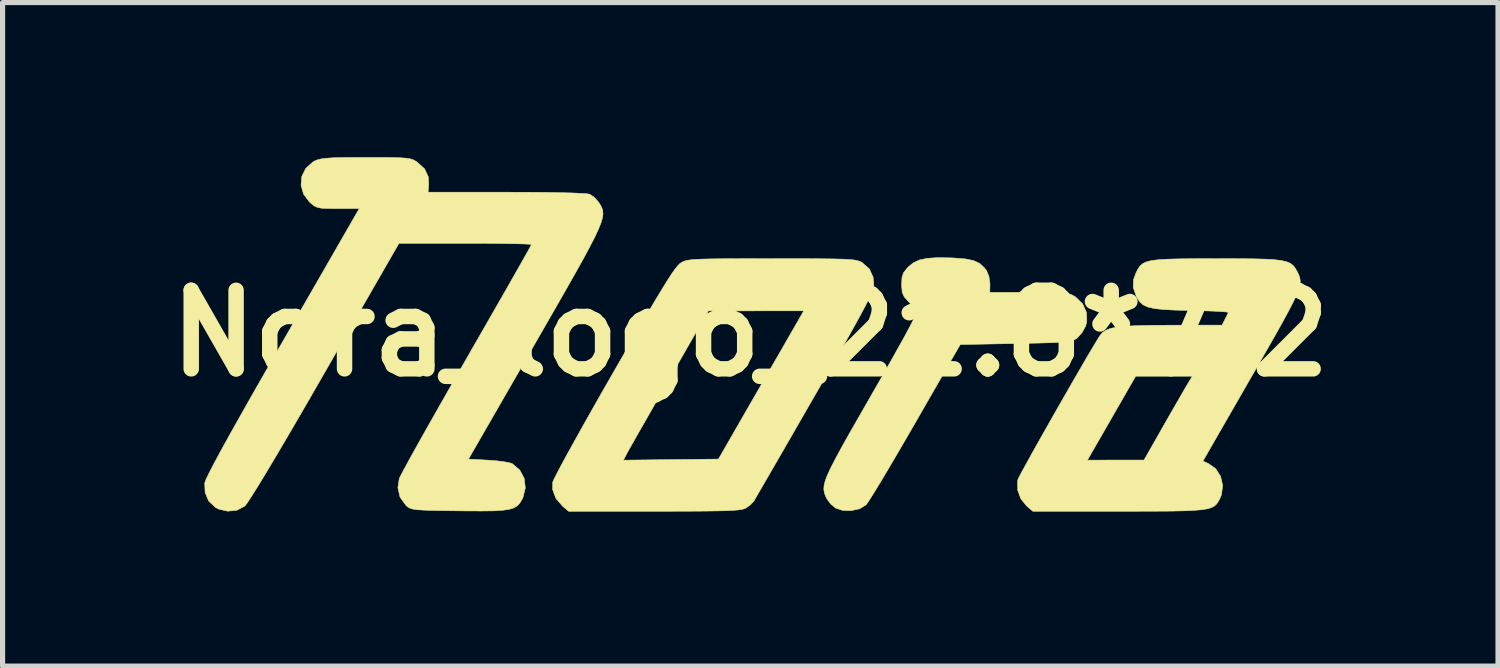
<source format=kicad_pcb>
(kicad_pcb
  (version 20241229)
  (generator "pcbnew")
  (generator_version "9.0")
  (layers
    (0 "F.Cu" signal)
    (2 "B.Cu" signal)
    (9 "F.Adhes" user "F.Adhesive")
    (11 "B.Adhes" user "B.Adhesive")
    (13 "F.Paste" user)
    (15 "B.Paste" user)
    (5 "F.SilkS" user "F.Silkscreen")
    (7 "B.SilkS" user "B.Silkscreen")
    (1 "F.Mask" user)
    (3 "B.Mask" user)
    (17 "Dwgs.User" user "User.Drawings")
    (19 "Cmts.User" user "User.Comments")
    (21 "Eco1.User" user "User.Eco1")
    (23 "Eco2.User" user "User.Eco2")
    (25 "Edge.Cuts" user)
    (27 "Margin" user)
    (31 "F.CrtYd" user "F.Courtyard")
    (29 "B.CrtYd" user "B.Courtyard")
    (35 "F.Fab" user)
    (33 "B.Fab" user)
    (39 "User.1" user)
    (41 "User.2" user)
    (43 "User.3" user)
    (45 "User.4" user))
  (footprint "Nora_logo_21.8*7.2"
    (layer "F.Cu")
    (at 11.51 3.418)
    (property "Reference" "Nora_logo_21.8*7.2" (at 0 0 0) (layer "F.SilkS") (effects (font (size 1.524 1.524) (thickness 0.3))))
    (attr through_hole)
    (fp_poly (pts (xy 3.892 -1.464) (xy 3.944 -1.462) (xy 4.17 -1.444) (xy 4.334 -1.411) (xy 4.453 -1.355) (xy 4.545 -1.269) (xy 4.588 -1.21) (xy 4.63 -1.104) (xy 4.65 -0.973) (xy 4.651 -0.952) (xy 4.648 -0.794) (xy 5.414 -0.794) (xy 5.68 -0.793) (xy 5.879 -0.791) (xy 6.023 -0.786) (xy 6.125 -0.777) (xy 6.198 -0.762) (xy 6.253 -0.74) (xy 6.302 -0.711) (xy 6.314 -0.703) (xy 6.45 -0.57) (xy 6.524 -0.403) (xy 6.529 -0.223) (xy 6.506 -0.138) (xy 6.439 -0.016) (xy 6.349 0.085) (xy 6.337 0.095) (xy 6.3 0.12) (xy 6.256 0.14) (xy 6.196 0.155) (xy 6.11 0.167) (xy 5.988 0.176) (xy 5.82 0.183) (xy 5.598 0.189) (xy 5.31 0.195) (xy 5.15 0.198) (xy 4.074 0.218) (xy 3.207 1.726) (xy 3.022 2.046) (xy 2.847 2.346) (xy 2.685 2.621) (xy 2.542 2.861) (xy 2.421 3.06) (xy 2.327 3.21) (xy 2.265 3.303) (xy 2.245 3.329) (xy 2.123 3.404) (xy 1.961 3.441) (xy 1.793 3.437) (xy 1.657 3.393) (xy 1.559 3.312) (xy 1.489 3.216) (xy 1.458 3.153) (xy 1.437 3.093) (xy 1.427 3.03) (xy 1.431 2.957) (xy 1.453 2.867) (xy 1.495 2.755) (xy 1.56 2.614) (xy 1.651 2.437) (xy 1.769 2.218) (xy 1.919 1.951) (xy 2.103 1.629) (xy 2.323 1.246) (xy 2.365 1.172) (xy 2.611 0.744) (xy 2.815 0.382) (xy 2.98 0.086) (xy 3.105 -0.147) (xy 3.191 -0.316) (xy 3.239 -0.423) (xy 3.25 -0.469) (xy 3.248 -0.472) (xy 3.189 -0.509) (xy 3.103 -0.582) (xy 3.066 -0.618) (xy 2.987 -0.708) (xy 2.948 -0.795) (xy 2.937 -0.916) (xy 2.937 -0.953) (xy 2.944 -1.086) (xy 2.975 -1.178) (xy 3.044 -1.265) (xy 3.068 -1.29) (xy 3.165 -1.369) (xy 3.282 -1.423) (xy 3.433 -1.455) (xy 3.631 -1.468) (xy 3.892 -1.464)) (stroke (width 0.01) (type solid)) (fill yes) (layer "F.SilkS"))
    (fp_poly (pts (xy 0.82 -1.448) (xy 1.152 -1.448) (xy 1.42 -1.446) (xy 1.632 -1.443) (xy 1.796 -1.439) (xy 1.918 -1.432) (xy 2.008 -1.424) (xy 2.072 -1.412) (xy 2.119 -1.398) (xy 2.156 -1.381) (xy 2.17 -1.372) (xy 2.31 -1.251) (xy 2.383 -1.091) (xy 2.397 -0.937) (xy 2.391 -0.893) (xy 2.373 -0.833) (xy 2.341 -0.752) (xy 2.29 -0.645) (xy 2.219 -0.507) (xy 2.125 -0.331) (xy 2.005 -0.113) (xy 1.855 0.154) (xy 1.673 0.473) (xy 1.457 0.851) (xy 1.25 1.21) (xy 1.04 1.575) (xy 0.841 1.92) (xy 0.657 2.24) (xy 0.491 2.527) (xy 0.347 2.776) (xy 0.229 2.98) (xy 0.14 3.133) (xy 0.085 3.229) (xy 0.067 3.26) (xy 0.004 3.326) (xy -0.082 3.389) (xy -0.117 3.405) (xy -0.166 3.418) (xy -0.238 3.428) (xy -0.34 3.436) (xy -0.479 3.443) (xy -0.663 3.447) (xy -0.899 3.45) (xy -1.194 3.452) (xy -1.556 3.453) (xy -1.858 3.453) (xy -3.526 3.453) (xy -3.643 3.354) (xy -3.773 3.203) (xy -3.836 3.031) (xy -3.834 2.888) (xy -3.809 2.831) (xy -3.749 2.711) (xy -3.656 2.536) (xy -3.616 2.462) (xy -2.463 2.462) (xy -1.541 2.451) (xy -0.618 2.441) (xy 0.09 1.21) (xy 0.259 0.916) (xy 0.421 0.635) (xy 0.57 0.377) (xy 0.7 0.151) (xy 0.806 -0.033) (xy 0.882 -0.165) (xy 0.918 -0.228) (xy 1.038 -0.437) (xy 0.112 -0.436) (xy -0.814 -0.435) (xy -1.568 0.878) (xy -1.74 1.178) (xy -1.901 1.461) (xy -2.048 1.719) (xy -2.176 1.942) (xy -2.278 2.123) (xy -2.352 2.253) (xy -2.391 2.324) (xy -2.392 2.327) (xy -2.463 2.462) (xy -3.616 2.462) (xy -3.534 2.312) (xy -3.386 2.045) (xy -3.217 1.742) (xy -3.029 1.409) (xy -2.827 1.054) (xy -2.643 0.734) (xy -2.391 0.297) (xy -2.175 -0.075) (xy -1.992 -0.389) (xy -1.839 -0.649) (xy -1.712 -0.859) (xy -1.609 -1.026) (xy -1.526 -1.153) (xy -1.46 -1.247) (xy -1.408 -1.311) (xy -1.368 -1.352) (xy -1.344 -1.369) (xy -1.308 -1.389) (xy -1.267 -1.405) (xy -1.213 -1.418) (xy -1.138 -1.428) (xy -1.035 -1.436) (xy -0.896 -1.441) (xy -0.713 -1.445) (xy -0.479 -1.447) (xy -0.185 -1.448) (xy 0.176 -1.449) (xy 0.417 -1.449) (xy 0.82 -1.448)) (stroke (width 0.01) (type solid)) (fill yes) (layer "F.SilkS"))
    (fp_poly (pts (xy 9.425 -1.448) (xy 9.73 -1.446) (xy 9.972 -1.44) (xy 10.16 -1.43) (xy 10.302 -1.413) (xy 10.406 -1.389) (xy 10.482 -1.357) (xy 10.536 -1.314) (xy 10.578 -1.26) (xy 10.615 -1.193) (xy 10.616 -1.192) (xy 10.644 -1.133) (xy 10.664 -1.077) (xy 10.672 -1.016) (xy 10.667 -0.945) (xy 10.643 -0.857) (xy 10.601 -0.746) (xy 10.535 -0.605) (xy 10.444 -0.429) (xy 10.325 -0.21) (xy 10.175 0.058) (xy 9.991 0.38) (xy 9.771 0.763) (xy 9.729 0.835) (xy 8.783 2.48) (xy 8.886 2.525) (xy 9.03 2.626) (xy 9.125 2.774) (xy 9.166 2.949) (xy 9.144 3.13) (xy 9.112 3.207) (xy 9.081 3.265) (xy 9.049 3.312) (xy 9.007 3.351) (xy 8.95 3.382) (xy 8.869 3.406) (xy 8.758 3.424) (xy 8.609 3.436) (xy 8.415 3.445) (xy 8.168 3.45) (xy 7.863 3.452) (xy 7.491 3.453) (xy 7.149 3.453) (xy 5.483 3.453) (xy 5.362 3.351) (xy 5.25 3.212) (xy 5.188 3.042) (xy 5.187 2.869) (xy 5.195 2.835) (xy 5.22 2.781) (xy 5.28 2.668) (xy 5.37 2.505) (xy 5.394 2.461) (xy 6.541 2.461) (xy 7.09 2.46) (xy 7.64 2.46) (xy 8.007 1.815) (xy 8.131 1.598) (xy 8.249 1.393) (xy 8.352 1.214) (xy 8.431 1.077) (xy 8.475 1.002) (xy 8.577 0.833) (xy 7.478 0.833) (xy 7.084 1.518) (xy 6.958 1.737) (xy 6.841 1.941) (xy 6.74 2.116) (xy 6.663 2.25) (xy 6.617 2.328) (xy 6.616 2.332) (xy 6.541 2.461) (xy 5.394 2.461) (xy 5.483 2.3) (xy 5.615 2.065) (xy 5.761 1.807) (xy 5.914 1.537) (xy 6.071 1.263) (xy 6.225 0.994) (xy 6.371 0.741) (xy 6.504 0.512) (xy 6.619 0.317) (xy 6.71 0.165) (xy 6.772 0.065) (xy 6.787 0.043) (xy 6.835 -0.014) (xy 6.898 -0.059) (xy 6.986 -0.093) (xy 7.107 -0.119) (xy 7.27 -0.137) (xy 7.485 -0.148) (xy 7.759 -0.154) (xy 8.103 -0.157) (xy 8.159 -0.157) (xy 9.155 -0.159) (xy 9.21 -0.268) (xy 9.253 -0.353) (xy 9.278 -0.404) (xy 9.245 -0.413) (xy 9.144 -0.422) (xy 8.988 -0.43) (xy 8.788 -0.438) (xy 8.557 -0.443) (xy 8.545 -0.443) (xy 8.245 -0.45) (xy 8.014 -0.462) (xy 7.84 -0.481) (xy 7.714 -0.51) (xy 7.623 -0.552) (xy 7.558 -0.61) (xy 7.507 -0.687) (xy 7.486 -0.729) (xy 7.431 -0.891) (xy 7.435 -1.037) (xy 7.486 -1.176) (xy 7.523 -1.248) (xy 7.562 -1.305) (xy 7.613 -1.351) (xy 7.684 -1.385) (xy 7.783 -1.411) (xy 7.919 -1.428) (xy 8.1 -1.439) (xy 8.334 -1.445) (xy 8.629 -1.448) (xy 8.995 -1.449) (xy 9.049 -1.449) (xy 9.425 -1.448)) (stroke (width 0.01) (type solid)) (fill yes) (layer "F.SilkS"))
    (fp_poly (pts (xy -7.174 -3.413) (xy -6.959 -3.411) (xy -6.801 -3.407) (xy -6.687 -3.399) (xy -6.607 -3.387) (xy -6.548 -3.37) (xy -6.501 -3.345) (xy -6.466 -3.323) (xy -6.321 -3.191) (xy -6.249 -3.037) (xy -6.241 -2.887) (xy -6.253 -2.738) (xy -4.736 -2.738) (xy -4.359 -2.737) (xy -4.018 -2.735) (xy -3.72 -2.73) (xy -3.473 -2.724) (xy -3.285 -2.716) (xy -3.163 -2.707) (xy -3.118 -2.7) (xy -3.029 -2.64) (xy -2.944 -2.545) (xy -2.935 -2.531) (xy -2.902 -2.478) (xy -2.878 -2.427) (xy -2.862 -2.372) (xy -2.859 -2.31) (xy -2.871 -2.234) (xy -2.899 -2.139) (xy -2.947 -2.02) (xy -3.016 -1.871) (xy -3.11 -1.689) (xy -3.229 -1.466) (xy -3.378 -1.199) (xy -3.558 -0.881) (xy -3.771 -0.508) (xy -4.02 -0.075) (xy -4.177 0.198) (xy -5.469 2.441) (xy -5.086 2.462) (xy -4.91 2.476) (xy -4.756 2.496) (xy -4.648 2.519) (xy -4.617 2.531) (xy -4.474 2.653) (xy -4.388 2.815) (xy -4.366 3) (xy -4.412 3.188) (xy -4.426 3.216) (xy -4.468 3.288) (xy -4.517 3.344) (xy -4.583 3.386) (xy -4.675 3.415) (xy -4.804 3.434) (xy -4.978 3.445) (xy -5.209 3.448) (xy -5.505 3.447) (xy -5.654 3.445) (xy -5.949 3.441) (xy -6.175 3.437) (xy -6.342 3.431) (xy -6.462 3.424) (xy -6.544 3.412) (xy -6.6 3.396) (xy -6.64 3.375) (xy -6.674 3.347) (xy -6.684 3.337) (xy -6.797 3.18) (xy -6.839 2.997) (xy -6.811 2.817) (xy -6.782 2.757) (xy -6.717 2.634) (xy -6.62 2.455) (xy -6.493 2.227) (xy -6.341 1.955) (xy -6.166 1.646) (xy -5.973 1.306) (xy -5.765 0.941) (xy -5.546 0.559) (xy -5.503 0.484) (xy -5.284 0.102) (xy -5.077 -0.259) (xy -4.885 -0.593) (xy -4.712 -0.895) (xy -4.562 -1.16) (xy -4.437 -1.38) (xy -4.34 -1.551) (xy -4.276 -1.666) (xy -4.248 -1.72) (xy -4.247 -1.723) (xy -4.285 -1.729) (xy -4.393 -1.734) (xy -4.562 -1.738) (xy -4.782 -1.742) (xy -5.044 -1.745) (xy -5.339 -1.746) (xy -5.532 -1.746) (xy -6.818 -1.746) (xy -8.256 0.754) (xy -8.534 1.237) (xy -8.79 1.679) (xy -9.023 2.077) (xy -9.231 2.429) (xy -9.41 2.729) (xy -9.56 2.975) (xy -9.678 3.163) (xy -9.761 3.29) (xy -9.808 3.351) (xy -9.811 3.354) (xy -9.961 3.433) (xy -10.139 3.452) (xy -10.318 3.411) (xy -10.381 3.378) (xy -10.509 3.256) (xy -10.58 3.09) (xy -10.587 2.904) (xy -10.564 2.839) (xy -10.503 2.713) (xy -10.406 2.524) (xy -10.27 2.272) (xy -10.096 1.957) (xy -9.882 1.577) (xy -9.63 1.131) (xy -9.337 0.619) (xy -9.077 0.166) (xy -7.588 -2.421) (xy -8.001 -2.421) (xy -8.187 -2.422) (xy -8.312 -2.427) (xy -8.396 -2.442) (xy -8.458 -2.469) (xy -8.517 -2.515) (xy -8.556 -2.55) (xy -8.67 -2.702) (xy -8.718 -2.873) (xy -8.703 -3.046) (xy -8.625 -3.202) (xy -8.488 -3.325) (xy -8.453 -3.344) (xy -8.397 -3.367) (xy -8.326 -3.385) (xy -8.23 -3.397) (xy -8.096 -3.406) (xy -7.915 -3.41) (xy -7.673 -3.413) (xy -7.457 -3.413) (xy -7.174 -3.413)) (stroke (width 0.01) (type solid)) (fill yes) (layer "F.SilkS")))
  (gr_rect
    (start -3 -3)
    (end 26.02 9.876)
    (stroke (width 0.1) (type default))
    (fill no)
    (layer "Edge.Cuts")))
</source>
